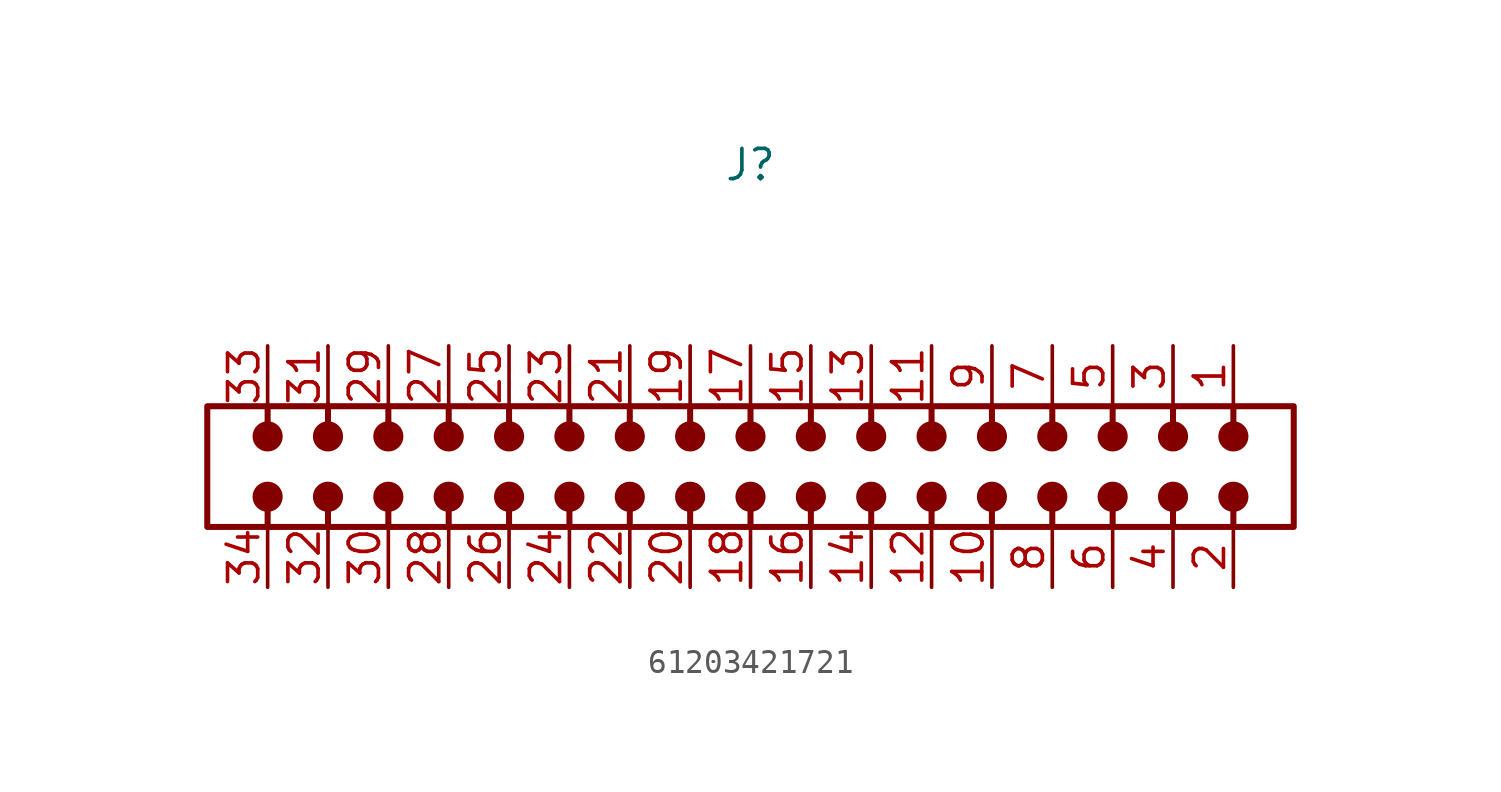
<source format=kicad_sym>
(kicad_symbol_lib
  (version 20241209)
  (generator "kicad_symbol_editor")
  (generator_version "9.0")
  (symbol "61203421721"
    (pin_names
      (hide yes))
    (property "Reference" "J"
      (at 0 12.7 0)
      (effects (font (size 1.27 1.27))))
    (symbol "61203421721_1_1"
      (polyline (pts (xy -20.32 1.778) (xy -20.32 2.54)) (stroke (width 0.254) (type solid)) (fill (type none)))
      (circle (center -20.32 1.27) (radius 0.508) (stroke (width 0.254) (type solid)) (fill (type outline)))
      (circle (center -20.32 -1.27) (radius 0.508) (stroke (width 0.254) (type solid)) (fill (type outline)))
      (polyline (pts (xy -20.32 -1.778) (xy -20.32 -2.54)) (stroke (width 0.254) (type solid)) (fill (type none)))
      (polyline (pts (xy -17.78 1.778) (xy -17.78 2.54)) (stroke (width 0.254) (type solid)) (fill (type none)))
      (circle (center -17.78 1.27) (radius 0.508) (stroke (width 0.254) (type solid)) (fill (type outline)))
      (circle (center -17.78 -1.27) (radius 0.508) (stroke (width 0.254) (type solid)) (fill (type outline)))
      (polyline (pts (xy -17.78 -1.778) (xy -17.78 -2.54)) (stroke (width 0.254) (type solid)) (fill (type none)))
      (polyline (pts (xy -15.24 1.778) (xy -15.24 2.54)) (stroke (width 0.254) (type solid)) (fill (type none)))
      (circle (center -15.24 1.27) (radius 0.508) (stroke (width 0.254) (type solid)) (fill (type outline)))
      (circle (center -15.24 -1.27) (radius 0.508) (stroke (width 0.254) (type solid)) (fill (type outline)))
      (polyline (pts (xy -15.24 -1.778) (xy -15.24 -2.54)) (stroke (width 0.254) (type solid)) (fill (type none)))
      (polyline (pts (xy -12.7 1.778) (xy -12.7 2.54)) (stroke (width 0.254) (type solid)) (fill (type none)))
      (circle (center -12.7 1.27) (radius 0.508) (stroke (width 0.254) (type solid)) (fill (type outline)))
      (circle (center -12.7 -1.27) (radius 0.508) (stroke (width 0.254) (type solid)) (fill (type outline)))
      (polyline (pts (xy -12.7 -1.778) (xy -12.7 -2.54)) (stroke (width 0.254) (type solid)) (fill (type none)))
      (polyline (pts (xy -10.16 1.778) (xy -10.16 2.54)) (stroke (width 0.254) (type solid)) (fill (type none)))
      (circle (center -10.16 1.27) (radius 0.508) (stroke (width 0.254) (type solid)) (fill (type outline)))
      (circle (center -10.16 -1.27) (radius 0.508) (stroke (width 0.254) (type solid)) (fill (type outline)))
      (polyline (pts (xy -10.16 -1.778) (xy -10.16 -2.54)) (stroke (width 0.254) (type solid)) (fill (type none)))
      (polyline (pts (xy -7.62 1.778) (xy -7.62 2.54)) (stroke (width 0.254) (type solid)) (fill (type none)))
      (circle (center -7.62 1.27) (radius 0.508) (stroke (width 0.254) (type solid)) (fill (type outline)))
      (circle (center -7.62 -1.27) (radius 0.508) (stroke (width 0.254) (type solid)) (fill (type outline)))
      (polyline (pts (xy -7.62 -1.778) (xy -7.62 -2.54)) (stroke (width 0.254) (type solid)) (fill (type none)))
      (polyline (pts (xy -5.08 1.778) (xy -5.08 2.54)) (stroke (width 0.254) (type solid)) (fill (type none)))
      (circle (center -5.08 1.27) (radius 0.508) (stroke (width 0.254) (type solid)) (fill (type outline)))
      (circle (center -5.08 -1.27) (radius 0.508) (stroke (width 0.254) (type solid)) (fill (type outline)))
      (polyline (pts (xy -5.08 -1.778) (xy -5.08 -2.54)) (stroke (width 0.254) (type solid)) (fill (type none)))
      (polyline (pts (xy -2.54 1.778) (xy -2.54 2.54)) (stroke (width 0.254) (type solid)) (fill (type none)))
      (circle (center -2.54 1.27) (radius 0.508) (stroke (width 0.254) (type solid)) (fill (type outline)))
      (circle (center -2.54 -1.27) (radius 0.508) (stroke (width 0.254) (type solid)) (fill (type outline)))
      (polyline (pts (xy -2.54 -1.778) (xy -2.54 -2.54)) (stroke (width 0.254) (type solid)) (fill (type none)))
      (polyline (pts (xy 0 1.778) (xy 0 2.54)) (stroke (width 0.254) (type solid)) (fill (type none)))
      (circle (center 0 1.27) (radius 0.508) (stroke (width 0.254) (type solid)) (fill (type outline)))
      (circle (center 0 -1.27) (radius 0.508) (stroke (width 0.254) (type solid)) (fill (type outline)))
      (polyline (pts (xy 0 -1.778) (xy 0 -2.54)) (stroke (width 0.254) (type solid)) (fill (type none)))
      (polyline (pts (xy 2.54 1.778) (xy 2.54 2.54)) (stroke (width 0.254) (type solid)) (fill (type none)))
      (circle (center 2.54 1.27) (radius 0.508) (stroke (width 0.254) (type solid)) (fill (type outline)))
      (circle (center 2.54 -1.27) (radius 0.508) (stroke (width 0.254) (type solid)) (fill (type outline)))
      (polyline (pts (xy 2.54 -1.778) (xy 2.54 -2.54)) (stroke (width 0.254) (type solid)) (fill (type none)))
      (polyline (pts (xy 5.08 1.778) (xy 5.08 2.54)) (stroke (width 0.254) (type solid)) (fill (type none)))
      (circle (center 5.08 1.27) (radius 0.508) (stroke (width 0.254) (type solid)) (fill (type outline)))
      (circle (center 5.08 -1.27) (radius 0.508) (stroke (width 0.254) (type solid)) (fill (type outline)))
      (polyline (pts (xy 5.08 -1.778) (xy 5.08 -2.54)) (stroke (width 0.254) (type solid)) (fill (type none)))
      (polyline (pts (xy 7.62 1.778) (xy 7.62 2.54)) (stroke (width 0.254) (type solid)) (fill (type none)))
      (circle (center 7.62 1.27) (radius 0.508) (stroke (width 0.254) (type solid)) (fill (type outline)))
      (circle (center 7.62 -1.27) (radius 0.508) (stroke (width 0.254) (type solid)) (fill (type outline)))
      (polyline (pts (xy 7.62 -1.778) (xy 7.62 -2.54)) (stroke (width 0.254) (type solid)) (fill (type none)))
      (polyline (pts (xy 10.16 1.778) (xy 10.16 2.54)) (stroke (width 0.254) (type solid)) (fill (type none)))
      (circle (center 10.16 1.27) (radius 0.508) (stroke (width 0.254) (type solid)) (fill (type outline)))
      (circle (center 10.16 -1.27) (radius 0.508) (stroke (width 0.254) (type solid)) (fill (type outline)))
      (polyline (pts (xy 10.16 -1.778) (xy 10.16 -2.54)) (stroke (width 0.254) (type solid)) (fill (type none)))
      (polyline (pts (xy 12.7 1.778) (xy 12.7 2.54)) (stroke (width 0.254) (type solid)) (fill (type none)))
      (circle (center 12.7 1.27) (radius 0.508) (stroke (width 0.254) (type solid)) (fill (type outline)))
      (circle (center 12.7 -1.27) (radius 0.508) (stroke (width 0.254) (type solid)) (fill (type outline)))
      (polyline (pts (xy 12.7 -1.778) (xy 12.7 -2.54)) (stroke (width 0.254) (type solid)) (fill (type none)))
      (polyline (pts (xy 15.24 1.778) (xy 15.24 2.54)) (stroke (width 0.254) (type solid)) (fill (type none)))
      (circle (center 15.24 1.27) (radius 0.508) (stroke (width 0.254) (type solid)) (fill (type outline)))
      (circle (center 15.24 -1.27) (radius 0.508) (stroke (width 0.254) (type solid)) (fill (type outline)))
      (polyline (pts (xy 15.24 -1.778) (xy 15.24 -2.54)) (stroke (width 0.254) (type solid)) (fill (type none)))
      (polyline (pts (xy 17.78 1.778) (xy 17.78 2.54)) (stroke (width 0.254) (type solid)) (fill (type none)))
      (circle (center 17.78 1.27) (radius 0.508) (stroke (width 0.254) (type solid)) (fill (type outline)))
      (circle (center 17.78 -1.27) (radius 0.508) (stroke (width 0.254) (type solid)) (fill (type outline)))
      (polyline (pts (xy 17.78 -1.778) (xy 17.78 -2.54)) (stroke (width 0.254) (type solid)) (fill (type none)))
      (polyline (pts (xy 20.32 1.778) (xy 20.32 2.54)) (stroke (width 0.254) (type solid)) (fill (type none)))
      (circle (center 20.32 1.27) (radius 0.508) (stroke (width 0.254) (type solid)) (fill (type outline)))
      (circle (center 20.32 -1.27) (radius 0.508) (stroke (width 0.254) (type solid)) (fill (type outline)))
      (polyline (pts (xy 20.32 -1.778) (xy 20.32 -2.54)) (stroke (width 0.254) (type solid)) (fill (type none)))
      (rectangle (start 22.86 -2.54) (end -22.86 2.54) (stroke (width 0.254) (type solid)) (fill (type none)))
      (pin passive line (at -20.32 5.08 270) (length 2.54) (name "33" (effects (font (size 1.27 1.27)))) (number "33" (effects (font (size 1.27 1.27)))))
      (pin passive line (at -20.32 -5.08 90) (length 2.54) (name "34" (effects (font (size 1.27 1.27)))) (number "34" (effects (font (size 1.27 1.27)))))
      (pin passive line (at -17.78 5.08 270) (length 2.54) (name "31" (effects (font (size 1.27 1.27)))) (number "31" (effects (font (size 1.27 1.27)))))
      (pin passive line (at -17.78 -5.08 90) (length 2.54) (name "32" (effects (font (size 1.27 1.27)))) (number "32" (effects (font (size 1.27 1.27)))))
      (pin passive line (at -15.24 5.08 270) (length 2.54) (name "29" (effects (font (size 1.27 1.27)))) (number "29" (effects (font (size 1.27 1.27)))))
      (pin passive line (at -15.24 -5.08 90) (length 2.54) (name "30" (effects (font (size 1.27 1.27)))) (number "30" (effects (font (size 1.27 1.27)))))
      (pin passive line (at -12.7 5.08 270) (length 2.54) (name "27" (effects (font (size 1.27 1.27)))) (number "27" (effects (font (size 1.27 1.27)))))
      (pin passive line (at -12.7 -5.08 90) (length 2.54) (name "28" (effects (font (size 1.27 1.27)))) (number "28" (effects (font (size 1.27 1.27)))))
      (pin passive line (at -10.16 5.08 270) (length 2.54) (name "25" (effects (font (size 1.27 1.27)))) (number "25" (effects (font (size 1.27 1.27)))))
      (pin passive line (at -10.16 -5.08 90) (length 2.54) (name "26" (effects (font (size 1.27 1.27)))) (number "26" (effects (font (size 1.27 1.27)))))
      (pin passive line (at -7.62 5.08 270) (length 2.54) (name "23" (effects (font (size 1.27 1.27)))) (number "23" (effects (font (size 1.27 1.27)))))
      (pin passive line (at -7.62 -5.08 90) (length 2.54) (name "24" (effects (font (size 1.27 1.27)))) (number "24" (effects (font (size 1.27 1.27)))))
      (pin passive line (at -5.08 5.08 270) (length 2.54) (name "21" (effects (font (size 1.27 1.27)))) (number "21" (effects (font (size 1.27 1.27)))))
      (pin passive line (at -5.08 -5.08 90) (length 2.54) (name "22" (effects (font (size 1.27 1.27)))) (number "22" (effects (font (size 1.27 1.27)))))
      (pin passive line (at -2.54 5.08 270) (length 2.54) (name "19" (effects (font (size 1.27 1.27)))) (number "19" (effects (font (size 1.27 1.27)))))
      (pin passive line (at -2.54 -5.08 90) (length 2.54) (name "20" (effects (font (size 1.27 1.27)))) (number "20" (effects (font (size 1.27 1.27)))))
      (pin passive line (at 0 5.08 270) (length 2.54) (name "17" (effects (font (size 1.27 1.27)))) (number "17" (effects (font (size 1.27 1.27)))))
      (pin passive line (at 0 -5.08 90) (length 2.54) (name "18" (effects (font (size 1.27 1.27)))) (number "18" (effects (font (size 1.27 1.27)))))
      (pin passive line (at 2.54 5.08 270) (length 2.54) (name "15" (effects (font (size 1.27 1.27)))) (number "15" (effects (font (size 1.27 1.27)))))
      (pin passive line (at 2.54 -5.08 90) (length 2.54) (name "16" (effects (font (size 1.27 1.27)))) (number "16" (effects (font (size 1.27 1.27)))))
      (pin passive line (at 5.08 5.08 270) (length 2.54) (name "13" (effects (font (size 1.27 1.27)))) (number "13" (effects (font (size 1.27 1.27)))))
      (pin passive line (at 5.08 -5.08 90) (length 2.54) (name "14" (effects (font (size 1.27 1.27)))) (number "14" (effects (font (size 1.27 1.27)))))
      (pin passive line (at 7.62 5.08 270) (length 2.54) (name "11" (effects (font (size 1.27 1.27)))) (number "11" (effects (font (size 1.27 1.27)))))
      (pin passive line (at 7.62 -5.08 90) (length 2.54) (name "12" (effects (font (size 1.27 1.27)))) (number "12" (effects (font (size 1.27 1.27)))))
      (pin passive line (at 10.16 5.08 270) (length 2.54) (name "9" (effects (font (size 1.27 1.27)))) (number "9" (effects (font (size 1.27 1.27)))))
      (pin passive line (at 10.16 -5.08 90) (length 2.54) (name "10" (effects (font (size 1.27 1.27)))) (number "10" (effects (font (size 1.27 1.27)))))
      (pin passive line (at 12.7 5.08 270) (length 2.54) (name "7" (effects (font (size 1.27 1.27)))) (number "7" (effects (font (size 1.27 1.27)))))
      (pin passive line (at 12.7 -5.08 90) (length 2.54) (name "8" (effects (font (size 1.27 1.27)))) (number "8" (effects (font (size 1.27 1.27)))))
      (pin passive line (at 15.24 5.08 270) (length 2.54) (name "5" (effects (font (size 1.27 1.27)))) (number "5" (effects (font (size 1.27 1.27)))))
      (pin passive line (at 15.24 -5.08 90) (length 2.54) (name "6" (effects (font (size 1.27 1.27)))) (number "6" (effects (font (size 1.27 1.27)))))
      (pin passive line (at 17.78 5.08 270) (length 2.54) (name "3" (effects (font (size 1.27 1.27)))) (number "3" (effects (font (size 1.27 1.27)))))
      (pin passive line (at 17.78 -5.08 90) (length 2.54) (name "4" (effects (font (size 1.27 1.27)))) (number "4" (effects (font (size 1.27 1.27)))))
      (pin passive line (at 20.32 5.08 270) (length 2.54) (name "1" (effects (font (size 1.27 1.27)))) (number "1" (effects (font (size 1.27 1.27)))))
      (pin passive line (at 20.32 -5.08 90) (length 2.54) (name "2" (effects (font (size 1.27 1.27)))) (number "2" (effects (font (size 1.27 1.27))))))))
</source>
